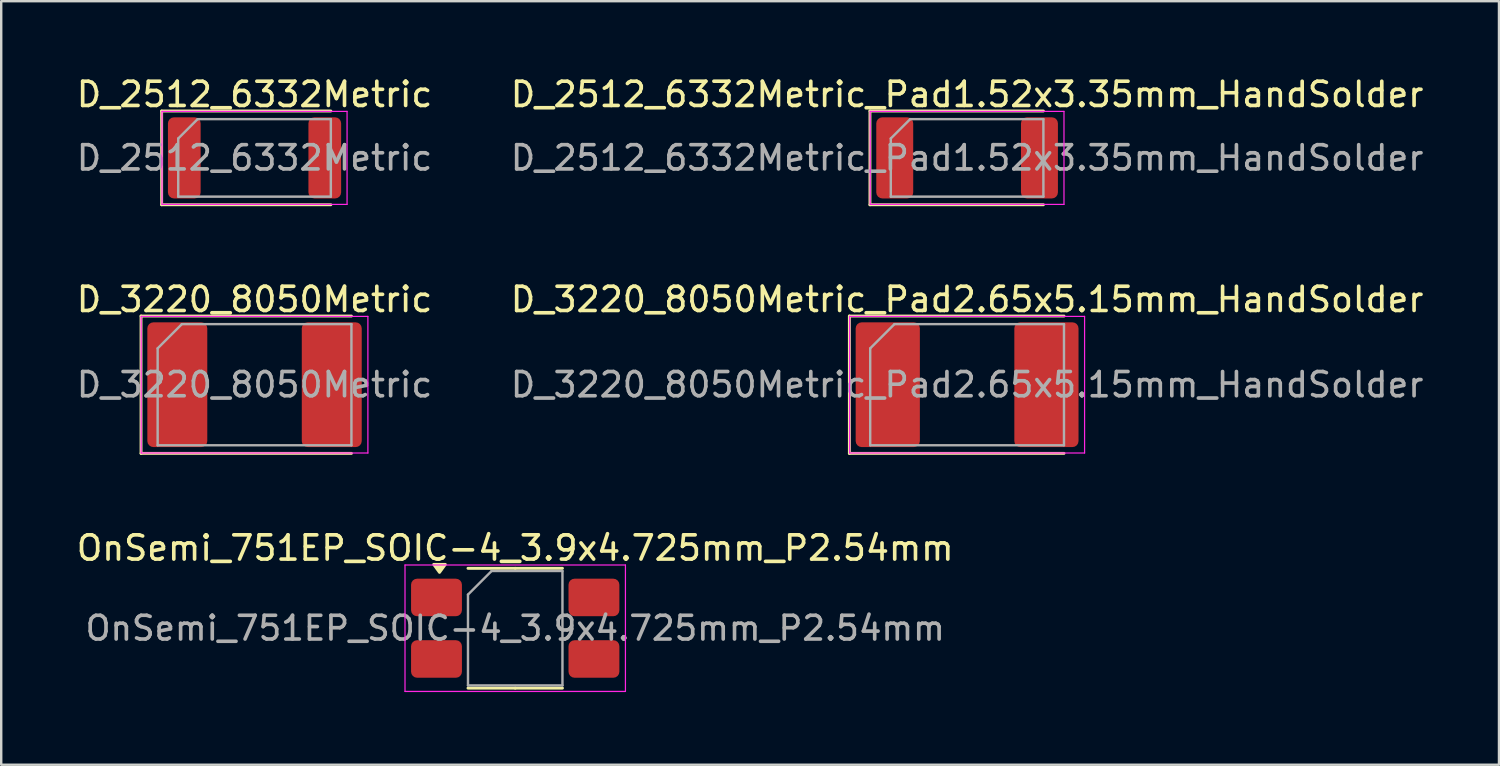
<source format=kicad_pcb>
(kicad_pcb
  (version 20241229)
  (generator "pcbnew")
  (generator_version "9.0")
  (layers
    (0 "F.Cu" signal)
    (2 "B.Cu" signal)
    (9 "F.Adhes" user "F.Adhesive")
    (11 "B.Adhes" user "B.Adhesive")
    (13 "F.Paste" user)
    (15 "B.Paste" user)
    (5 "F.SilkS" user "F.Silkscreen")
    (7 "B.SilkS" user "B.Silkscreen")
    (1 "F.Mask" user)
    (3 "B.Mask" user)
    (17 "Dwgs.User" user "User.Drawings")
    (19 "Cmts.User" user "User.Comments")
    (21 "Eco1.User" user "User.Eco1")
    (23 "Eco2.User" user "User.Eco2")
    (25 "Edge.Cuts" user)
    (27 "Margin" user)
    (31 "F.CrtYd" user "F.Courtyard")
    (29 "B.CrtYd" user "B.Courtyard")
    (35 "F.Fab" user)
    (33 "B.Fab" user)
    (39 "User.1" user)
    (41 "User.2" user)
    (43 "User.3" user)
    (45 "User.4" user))
  (footprint "OnSemi_751EP_SOIC-4_3.9x4.725mm_P2.54mm"
    (layer "F.Cu")
    (at 18.22 22.885)
    (property "Reference" "OnSemi_751EP_SOIC-4_3.9x4.725mm_P2.54mm" (at 0 -3.31 0) (layer "F.SilkS") (effects (font (size 1 1) (thickness 0.15))))
    (attr smd)
    (fp_line (start 0 -2.473) (end -1.95 -2.473) (stroke (width 0.12) (type solid)) (layer "F.SilkS"))
    (fp_line (start 0 -2.473) (end 1.95 -2.473) (stroke (width 0.12) (type solid)) (layer "F.SilkS"))
    (fp_line (start 0 2.473) (end -1.95 2.473) (stroke (width 0.12) (type solid)) (layer "F.SilkS"))
    (fp_line (start 0 2.473) (end 1.95 2.473) (stroke (width 0.12) (type solid)) (layer "F.SilkS"))
    (fp_poly (pts (xy -3.125 -2.305) (xy -3.365 -2.635) (xy -2.885 -2.635) (xy -3.125 -2.305)) (stroke (width 0.12) (type solid)) (fill yes) (layer "F.SilkS"))
    (fp_line (start -4.55 -2.61) (end -4.55 2.61) (stroke (width 0.05) (type solid)) (layer "F.CrtYd"))
    (fp_line (start -4.55 2.61) (end 4.55 2.61) (stroke (width 0.05) (type solid)) (layer "F.CrtYd"))
    (fp_line (start 4.55 -2.61) (end -4.55 -2.61) (stroke (width 0.05) (type solid)) (layer "F.CrtYd"))
    (fp_line (start 4.55 2.61) (end 4.55 -2.61) (stroke (width 0.05) (type solid)) (layer "F.CrtYd"))
    (fp_line (start -1.95 -1.387) (end -0.975 -2.362) (stroke (width 0.1) (type solid)) (layer "F.Fab"))
    (fp_line (start -1.95 2.362) (end -1.95 -1.387) (stroke (width 0.1) (type solid)) (layer "F.Fab"))
    (fp_line (start -0.975 -2.362) (end 1.95 -2.362) (stroke (width 0.1) (type solid)) (layer "F.Fab"))
    (fp_line (start 1.95 -2.362) (end 1.95 2.362) (stroke (width 0.1) (type solid)) (layer "F.Fab"))
    (fp_line (start 1.95 2.362) (end -1.95 2.362) (stroke (width 0.1) (type solid)) (layer "F.Fab"))
    (fp_text user "${REFERENCE}" (at 0 0 0) (layer "F.Fab") (effects (font (size 0.98 0.98) (thickness 0.15))))
    (pad "1" smd roundrect (at -3.25 -1.27) (size 2.1 1.55) (layers "F.Cu" "F.Mask" "F.Paste") (roundrect_rratio 0.161))
    (pad "2" smd roundrect (at -3.25 1.27) (size 2.1 1.55) (layers "F.Cu" "F.Mask" "F.Paste") (roundrect_rratio 0.161))
    (pad "3" smd roundrect (at 3.25 1.27) (size 2.1 1.55) (layers "F.Cu" "F.Mask" "F.Paste") (roundrect_rratio 0.161))
    (pad "4" smd roundrect (at 3.25 -1.27) (size 2.1 1.55) (layers "F.Cu" "F.Mask" "F.Paste") (roundrect_rratio 0.161)))
  (footprint "D_3220_8050Metric_Pad2.65x5.15mm_HandSolder"
    (layer "F.Cu")
    (at 36.875 12.832)
    (property "Reference" "D_3220_8050Metric_Pad2.65x5.15mm_HandSolder" (at 0 -3.52 0) (layer "F.SilkS") (effects (font (size 1 1) (thickness 0.15))))
    (attr smd)
    (fp_line (start -4.86 -2.835) (end -4.86 2.835) (stroke (width 0.12) (type solid)) (layer "F.SilkS"))
    (fp_line (start -4.86 2.835) (end 4 2.835) (stroke (width 0.12) (type solid)) (layer "F.SilkS"))
    (fp_line (start 4 -2.835) (end -4.86 -2.835) (stroke (width 0.12) (type solid)) (layer "F.SilkS"))
    (fp_line (start -4.85 -2.82) (end 4.85 -2.82) (stroke (width 0.05) (type solid)) (layer "F.CrtYd"))
    (fp_line (start -4.85 2.82) (end -4.85 -2.82) (stroke (width 0.05) (type solid)) (layer "F.CrtYd"))
    (fp_line (start 4.85 -2.82) (end 4.85 2.82) (stroke (width 0.05) (type solid)) (layer "F.CrtYd"))
    (fp_line (start 4.85 2.82) (end -4.85 2.82) (stroke (width 0.05) (type solid)) (layer "F.CrtYd"))
    (fp_line (start -4 -1.5) (end -4 2.5) (stroke (width 0.1) (type solid)) (layer "F.Fab"))
    (fp_line (start -4 2.5) (end 4 2.5) (stroke (width 0.1) (type solid)) (layer "F.Fab"))
    (fp_line (start -3 -2.5) (end -4 -1.5) (stroke (width 0.1) (type solid)) (layer "F.Fab"))
    (fp_line (start 4 -2.5) (end -3 -2.5) (stroke (width 0.1) (type solid)) (layer "F.Fab"))
    (fp_line (start 4 2.5) (end 4 -2.5) (stroke (width 0.1) (type solid)) (layer "F.Fab"))
    (fp_text user "${REFERENCE}" (at 0 0 0) (layer "F.Fab") (effects (font (size 1 1) (thickness 0.15))))
    (pad "1" smd roundrect (at -3.275 0) (size 2.65 5.15) (layers "F.Cu" "F.Mask" "F.Paste") (roundrect_rratio 0.094))
    (pad "2" smd roundrect (at 3.275 0) (size 2.65 5.15) (layers "F.Cu" "F.Mask" "F.Paste") (roundrect_rratio 0.094)))
  (footprint "D_2512_6332Metric_Pad1.52x3.35mm_HandSolder"
    (layer "F.Cu")
    (at 36.875 3.468)
    (property "Reference" "D_2512_6332Metric_Pad1.52x3.35mm_HandSolder" (at 0 -2.62 0) (layer "F.SilkS") (effects (font (size 1 1) (thickness 0.15))))
    (attr smd)
    (fp_line (start -4.01 -1.935) (end -4.01 1.935) (stroke (width 0.12) (type solid)) (layer "F.SilkS"))
    (fp_line (start -4.01 1.935) (end 3.15 1.935) (stroke (width 0.12) (type solid)) (layer "F.SilkS"))
    (fp_line (start 3.15 -1.935) (end -4.01 -1.935) (stroke (width 0.12) (type solid)) (layer "F.SilkS"))
    (fp_line (start -4 -1.92) (end 4 -1.92) (stroke (width 0.05) (type solid)) (layer "F.CrtYd"))
    (fp_line (start -4 1.92) (end -4 -1.92) (stroke (width 0.05) (type solid)) (layer "F.CrtYd"))
    (fp_line (start 4 -1.92) (end 4 1.92) (stroke (width 0.05) (type solid)) (layer "F.CrtYd"))
    (fp_line (start 4 1.92) (end -4 1.92) (stroke (width 0.05) (type solid)) (layer "F.CrtYd"))
    (fp_line (start -3.15 -0.8) (end -3.15 1.6) (stroke (width 0.1) (type solid)) (layer "F.Fab"))
    (fp_line (start -3.15 1.6) (end 3.15 1.6) (stroke (width 0.1) (type solid)) (layer "F.Fab"))
    (fp_line (start -2.35 -1.6) (end -3.15 -0.8) (stroke (width 0.1) (type solid)) (layer "F.Fab"))
    (fp_line (start 3.15 -1.6) (end -2.35 -1.6) (stroke (width 0.1) (type solid)) (layer "F.Fab"))
    (fp_line (start 3.15 1.6) (end 3.15 -1.6) (stroke (width 0.1) (type solid)) (layer "F.Fab"))
    (fp_text user "${REFERENCE}" (at 0 0 0) (layer "F.Fab") (effects (font (size 1 1) (thickness 0.15))))
    (pad "1" smd roundrect (at -2.987 0) (size 1.525 3.35) (layers "F.Cu" "F.Mask" "F.Paste") (roundrect_rratio 0.164))
    (pad "2" smd roundrect (at 2.987 0) (size 1.525 3.35) (layers "F.Cu" "F.Mask" "F.Paste") (roundrect_rratio 0.164)))
  (footprint "D_3220_8050Metric"
    (layer "F.Cu")
    (at 7.458 12.832)
    (property "Reference" "D_3220_8050Metric" (at 0 -3.52 0) (layer "F.SilkS") (effects (font (size 1 1) (thickness 0.15))))
    (attr smd)
    (fp_line (start -4.685 -2.835) (end -4.685 2.835) (stroke (width 0.12) (type solid)) (layer "F.SilkS"))
    (fp_line (start -4.685 2.835) (end 4 2.835) (stroke (width 0.12) (type solid)) (layer "F.SilkS"))
    (fp_line (start 4 -2.835) (end -4.685 -2.835) (stroke (width 0.12) (type solid)) (layer "F.SilkS"))
    (fp_line (start -4.68 -2.82) (end 4.68 -2.82) (stroke (width 0.05) (type solid)) (layer "F.CrtYd"))
    (fp_line (start -4.68 2.82) (end -4.68 -2.82) (stroke (width 0.05) (type solid)) (layer "F.CrtYd"))
    (fp_line (start 4.68 -2.82) (end 4.68 2.82) (stroke (width 0.05) (type solid)) (layer "F.CrtYd"))
    (fp_line (start 4.68 2.82) (end -4.68 2.82) (stroke (width 0.05) (type solid)) (layer "F.CrtYd"))
    (fp_line (start -4 -1.5) (end -4 2.5) (stroke (width 0.1) (type solid)) (layer "F.Fab"))
    (fp_line (start -4 2.5) (end 4 2.5) (stroke (width 0.1) (type solid)) (layer "F.Fab"))
    (fp_line (start -3 -2.5) (end -4 -1.5) (stroke (width 0.1) (type solid)) (layer "F.Fab"))
    (fp_line (start 4 -2.5) (end -3 -2.5) (stroke (width 0.1) (type solid)) (layer "F.Fab"))
    (fp_line (start 4 2.5) (end 4 -2.5) (stroke (width 0.1) (type solid)) (layer "F.Fab"))
    (fp_text user "${REFERENCE}" (at 0 0 0) (layer "F.Fab") (effects (font (size 1 1) (thickness 0.15))))
    (pad "1" smd roundrect (at -3.188 0) (size 2.475 5.15) (layers "F.Cu" "F.Mask" "F.Paste") (roundrect_rratio 0.101))
    (pad "2" smd roundrect (at 3.188 0) (size 2.475 5.15) (layers "F.Cu" "F.Mask" "F.Paste") (roundrect_rratio 0.101)))
  (footprint "D_2512_6332Metric"
    (layer "F.Cu")
    (at 7.458 3.468)
    (property "Reference" "D_2512_6332Metric" (at 0 -2.62 0) (layer "F.SilkS") (effects (font (size 1 1) (thickness 0.15))))
    (attr smd)
    (fp_line (start -3.835 -1.935) (end -3.835 1.935) (stroke (width 0.12) (type solid)) (layer "F.SilkS"))
    (fp_line (start -3.835 1.935) (end 3.15 1.935) (stroke (width 0.12) (type solid)) (layer "F.SilkS"))
    (fp_line (start 3.15 -1.935) (end -3.835 -1.935) (stroke (width 0.12) (type solid)) (layer "F.SilkS"))
    (fp_line (start -3.82 -1.92) (end 3.82 -1.92) (stroke (width 0.05) (type solid)) (layer "F.CrtYd"))
    (fp_line (start -3.82 1.92) (end -3.82 -1.92) (stroke (width 0.05) (type solid)) (layer "F.CrtYd"))
    (fp_line (start 3.82 -1.92) (end 3.82 1.92) (stroke (width 0.05) (type solid)) (layer "F.CrtYd"))
    (fp_line (start 3.82 1.92) (end -3.82 1.92) (stroke (width 0.05) (type solid)) (layer "F.CrtYd"))
    (fp_line (start -3.15 -0.8) (end -3.15 1.6) (stroke (width 0.1) (type solid)) (layer "F.Fab"))
    (fp_line (start -3.15 1.6) (end 3.15 1.6) (stroke (width 0.1) (type solid)) (layer "F.Fab"))
    (fp_line (start -2.35 -1.6) (end -3.15 -0.8) (stroke (width 0.1) (type solid)) (layer "F.Fab"))
    (fp_line (start 3.15 -1.6) (end -2.35 -1.6) (stroke (width 0.1) (type solid)) (layer "F.Fab"))
    (fp_line (start 3.15 1.6) (end 3.15 -1.6) (stroke (width 0.1) (type solid)) (layer "F.Fab"))
    (fp_text user "${REFERENCE}" (at 0 0 0) (layer "F.Fab") (effects (font (size 1 1) (thickness 0.15))))
    (pad "1" smd roundrect (at -2.9 0) (size 1.35 3.35) (layers "F.Cu" "F.Mask" "F.Paste") (roundrect_rratio 0.185))
    (pad "2" smd roundrect (at 2.9 0) (size 1.35 3.35) (layers "F.Cu" "F.Mask" "F.Paste") (roundrect_rratio 0.185)))
  (gr_rect
    (start -3 -3)
    (end 58.833 28.52)
    (stroke (width 0.1) (type default))
    (fill no)
    (layer "Edge.Cuts")))
</source>
